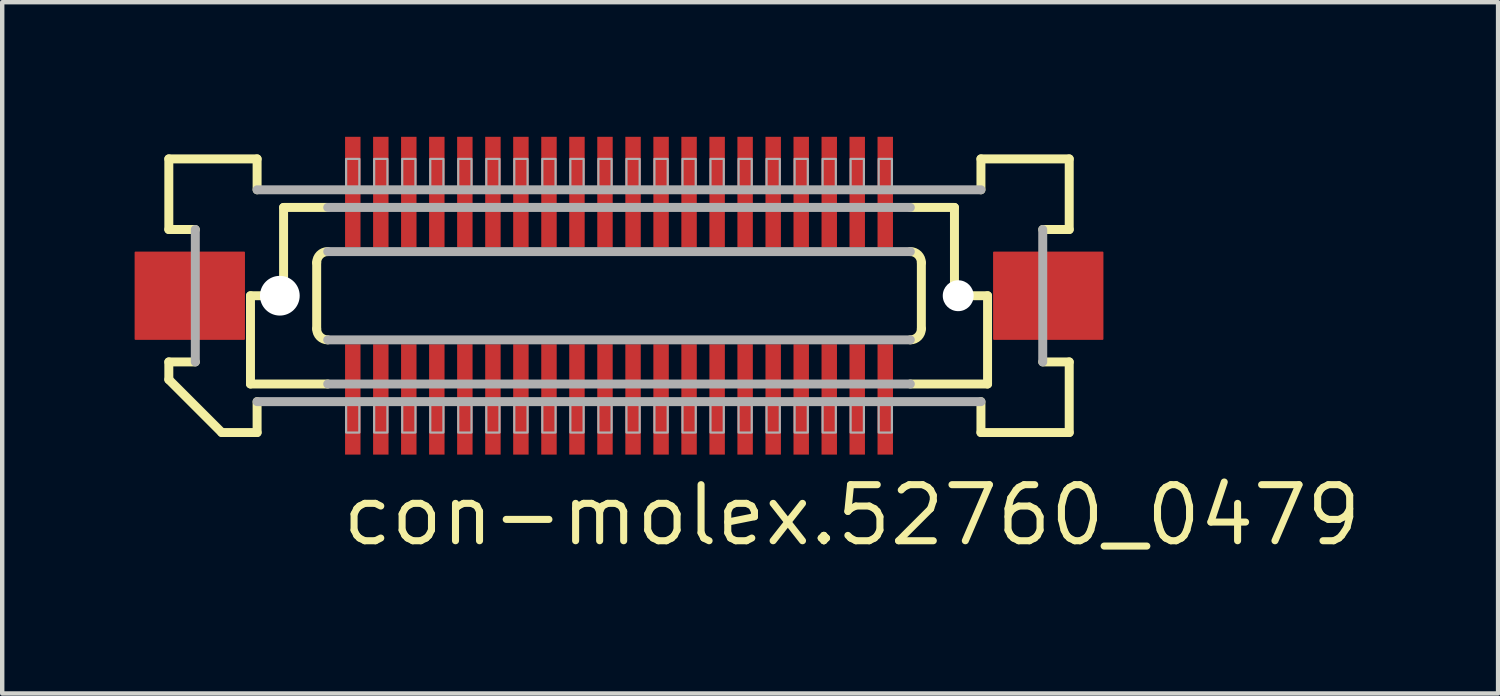
<source format=kicad_pcb>
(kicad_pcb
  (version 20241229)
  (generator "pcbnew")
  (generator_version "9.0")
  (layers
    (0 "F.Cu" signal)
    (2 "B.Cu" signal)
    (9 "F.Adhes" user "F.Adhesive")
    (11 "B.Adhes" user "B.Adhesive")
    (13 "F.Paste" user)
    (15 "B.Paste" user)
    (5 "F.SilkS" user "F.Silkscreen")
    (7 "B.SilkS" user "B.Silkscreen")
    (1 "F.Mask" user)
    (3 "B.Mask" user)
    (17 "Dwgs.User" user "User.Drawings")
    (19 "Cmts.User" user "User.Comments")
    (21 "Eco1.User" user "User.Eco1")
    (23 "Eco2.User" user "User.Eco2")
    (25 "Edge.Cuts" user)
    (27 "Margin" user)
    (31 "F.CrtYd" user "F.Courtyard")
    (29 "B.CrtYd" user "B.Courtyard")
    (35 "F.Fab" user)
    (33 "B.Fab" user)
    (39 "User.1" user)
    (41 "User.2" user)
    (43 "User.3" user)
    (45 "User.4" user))
  (footprint "con-molex.52760_0479"
    (layer "F.Cu")
    (at 10.975 3.65)
    (property "Reference" "con-molex.52760_0479" (at -6.35 5.715 0) (layer "F.SilkS") (effects (font (size 1.27 1.27) (thickness 0.16)) (justify left bottom)))
    (attr smd)
    (fp_rect (start -6.232 -1.075) (end -5.832 -3.625) (stroke (width 0.05) (type default)) (fill yes) (layer "F.Mask"))
    (fp_rect (start -6.232 3.625) (end -5.832 1.075) (stroke (width 0.05) (type default)) (fill yes) (layer "F.Mask"))
    (fp_rect (start -5.598 -1.075) (end -5.197 -3.625) (stroke (width 0.05) (type default)) (fill yes) (layer "F.Mask"))
    (fp_rect (start -5.598 3.625) (end -5.197 1.075) (stroke (width 0.05) (type default)) (fill yes) (layer "F.Mask"))
    (fp_rect (start -4.963 -1.075) (end -4.562 -3.625) (stroke (width 0.05) (type default)) (fill yes) (layer "F.Mask"))
    (fp_rect (start -4.963 3.625) (end -4.562 1.075) (stroke (width 0.05) (type default)) (fill yes) (layer "F.Mask"))
    (fp_rect (start -4.327 -1.075) (end -3.928 -3.625) (stroke (width 0.05) (type default)) (fill yes) (layer "F.Mask"))
    (fp_rect (start -4.327 3.625) (end -3.928 1.075) (stroke (width 0.05) (type default)) (fill yes) (layer "F.Mask"))
    (fp_rect (start -3.692 -1.075) (end -3.292 -3.625) (stroke (width 0.05) (type default)) (fill yes) (layer "F.Mask"))
    (fp_rect (start -3.692 3.625) (end -3.292 1.075) (stroke (width 0.05) (type default)) (fill yes) (layer "F.Mask"))
    (fp_rect (start -3.058 -1.075) (end -2.658 -3.625) (stroke (width 0.05) (type default)) (fill yes) (layer "F.Mask"))
    (fp_rect (start -3.058 3.625) (end -2.658 1.075) (stroke (width 0.05) (type default)) (fill yes) (layer "F.Mask"))
    (fp_rect (start -2.422 -1.075) (end -2.022 -3.625) (stroke (width 0.05) (type default)) (fill yes) (layer "F.Mask"))
    (fp_rect (start -2.422 3.625) (end -2.022 1.075) (stroke (width 0.05) (type default)) (fill yes) (layer "F.Mask"))
    (fp_rect (start -1.788 -1.075) (end -1.387 -3.625) (stroke (width 0.05) (type default)) (fill yes) (layer "F.Mask"))
    (fp_rect (start -1.788 3.625) (end -1.387 1.075) (stroke (width 0.05) (type default)) (fill yes) (layer "F.Mask"))
    (fp_rect (start -1.153 -1.075) (end -0.752 -3.625) (stroke (width 0.05) (type default)) (fill yes) (layer "F.Mask"))
    (fp_rect (start -1.153 3.625) (end -0.752 1.075) (stroke (width 0.05) (type default)) (fill yes) (layer "F.Mask"))
    (fp_rect (start -0.517 -1.075) (end -0.117 -3.625) (stroke (width 0.05) (type default)) (fill yes) (layer "F.Mask"))
    (fp_rect (start -0.517 3.625) (end -0.117 1.075) (stroke (width 0.05) (type default)) (fill yes) (layer "F.Mask"))
    (fp_rect (start 0.117 -1.075) (end 0.517 -3.625) (stroke (width 0.05) (type default)) (fill yes) (layer "F.Mask"))
    (fp_rect (start 0.117 3.625) (end 0.517 1.075) (stroke (width 0.05) (type default)) (fill yes) (layer "F.Mask"))
    (fp_rect (start 0.752 -1.075) (end 1.153 -3.625) (stroke (width 0.05) (type default)) (fill yes) (layer "F.Mask"))
    (fp_rect (start 0.752 3.625) (end 1.153 1.075) (stroke (width 0.05) (type default)) (fill yes) (layer "F.Mask"))
    (fp_rect (start 1.387 -1.075) (end 1.788 -3.625) (stroke (width 0.05) (type default)) (fill yes) (layer "F.Mask"))
    (fp_rect (start 1.387 3.625) (end 1.788 1.075) (stroke (width 0.05) (type default)) (fill yes) (layer "F.Mask"))
    (fp_rect (start 2.022 -1.075) (end 2.422 -3.625) (stroke (width 0.05) (type default)) (fill yes) (layer "F.Mask"))
    (fp_rect (start 2.022 3.625) (end 2.422 1.075) (stroke (width 0.05) (type default)) (fill yes) (layer "F.Mask"))
    (fp_rect (start 2.658 -1.075) (end 3.058 -3.625) (stroke (width 0.05) (type default)) (fill yes) (layer "F.Mask"))
    (fp_rect (start 2.658 3.625) (end 3.058 1.075) (stroke (width 0.05) (type default)) (fill yes) (layer "F.Mask"))
    (fp_rect (start 3.292 -1.075) (end 3.692 -3.625) (stroke (width 0.05) (type default)) (fill yes) (layer "F.Mask"))
    (fp_rect (start 3.292 3.625) (end 3.692 1.075) (stroke (width 0.05) (type default)) (fill yes) (layer "F.Mask"))
    (fp_rect (start 3.928 -1.075) (end 4.327 -3.625) (stroke (width 0.05) (type default)) (fill yes) (layer "F.Mask"))
    (fp_rect (start 3.928 3.625) (end 4.327 1.075) (stroke (width 0.05) (type default)) (fill yes) (layer "F.Mask"))
    (fp_rect (start 4.562 -1.075) (end 4.963 -3.625) (stroke (width 0.05) (type default)) (fill yes) (layer "F.Mask"))
    (fp_rect (start 4.562 3.625) (end 4.963 1.075) (stroke (width 0.05) (type default)) (fill yes) (layer "F.Mask"))
    (fp_rect (start 5.197 -1.075) (end 5.598 -3.625) (stroke (width 0.05) (type default)) (fill yes) (layer "F.Mask"))
    (fp_rect (start 5.197 3.625) (end 5.598 1.075) (stroke (width 0.05) (type default)) (fill yes) (layer "F.Mask"))
    (fp_rect (start 5.832 -1.075) (end 6.232 -3.625) (stroke (width 0.05) (type default)) (fill yes) (layer "F.Mask"))
    (fp_rect (start 5.832 3.625) (end 6.232 1.075) (stroke (width 0.05) (type default)) (fill yes) (layer "F.Mask"))
    (fp_line (start -10.2 -3.1) (end -8.2 -3.1) (stroke (width 0.203) (type default)) (layer "F.SilkS"))
    (fp_line (start -10.2 -1.5) (end -10.2 -3.1) (stroke (width 0.203) (type default)) (layer "F.SilkS"))
    (fp_line (start -10.2 1.5) (end -9.6 1.5) (stroke (width 0.203) (type default)) (layer "F.SilkS"))
    (fp_line (start -10.2 1.9) (end -10.2 1.5) (stroke (width 0.203) (type default)) (layer "F.SilkS"))
    (fp_line (start -9.6 -1.5) (end -10.2 -1.5) (stroke (width 0.203) (type default)) (layer "F.SilkS"))
    (fp_line (start -9 3.1) (end -10.2 1.9) (stroke (width 0.203) (type default)) (layer "F.SilkS"))
    (fp_line (start -8.35 0) (end -8.35 2) (stroke (width 0.203) (type default)) (layer "F.SilkS"))
    (fp_line (start -8.35 2) (end -6.6 2) (stroke (width 0.203) (type default)) (layer "F.SilkS"))
    (fp_line (start -8.2 -3.1) (end -8.2 -2.4) (stroke (width 0.203) (type default)) (layer "F.SilkS"))
    (fp_line (start -8.2 2.4) (end -8.2 3.1) (stroke (width 0.203) (type default)) (layer "F.SilkS"))
    (fp_line (start -8.2 3.1) (end -9 3.1) (stroke (width 0.203) (type default)) (layer "F.SilkS"))
    (fp_line (start -7.6 -2) (end -7.6 0) (stroke (width 0.203) (type default)) (layer "F.SilkS"))
    (fp_line (start -7.6 0) (end -8.35 0) (stroke (width 0.203) (type default)) (layer "F.SilkS"))
    (fp_line (start -6.85 0.75) (end -6.85 -0.75) (stroke (width 0.203) (type default)) (layer "F.SilkS"))
    (fp_line (start -6.6 -2) (end -7.6 -2) (stroke (width 0.203) (type default)) (layer "F.SilkS"))
    (fp_line (start 6.6 2) (end 8.35 2) (stroke (width 0.203) (type default)) (layer "F.SilkS"))
    (fp_line (start 6.85 -0.75) (end 6.85 0.75) (stroke (width 0.203) (type default)) (layer "F.SilkS"))
    (fp_line (start 7.6 -2) (end 6.6 -2) (stroke (width 0.203) (type default)) (layer "F.SilkS"))
    (fp_line (start 7.6 -2) (end 7.6 0) (stroke (width 0.203) (type default)) (layer "F.SilkS"))
    (fp_line (start 8.2 -3.1) (end 10.2 -3.1) (stroke (width 0.203) (type default)) (layer "F.SilkS"))
    (fp_line (start 8.2 -2.4) (end 8.2 -3.1) (stroke (width 0.203) (type default)) (layer "F.SilkS"))
    (fp_line (start 8.2 3.1) (end 8.2 2.4) (stroke (width 0.203) (type default)) (layer "F.SilkS"))
    (fp_line (start 8.35 0) (end 7.6 0) (stroke (width 0.203) (type default)) (layer "F.SilkS"))
    (fp_line (start 8.35 0) (end 8.35 2) (stroke (width 0.203) (type default)) (layer "F.SilkS"))
    (fp_line (start 9.6 1.5) (end 10.2 1.5) (stroke (width 0.203) (type default)) (layer "F.SilkS"))
    (fp_line (start 10.2 -3.1) (end 10.2 -1.5) (stroke (width 0.203) (type default)) (layer "F.SilkS"))
    (fp_line (start 10.2 -1.5) (end 9.6 -1.5) (stroke (width 0.203) (type default)) (layer "F.SilkS"))
    (fp_line (start 10.2 1.5) (end 10.2 3.1) (stroke (width 0.203) (type default)) (layer "F.SilkS"))
    (fp_line (start 10.2 3.1) (end 8.2 3.1) (stroke (width 0.203) (type default)) (layer "F.SilkS"))
    (fp_arc (start -6.85 -0.75) (mid -6.776777 -0.926777) (end -6.6 -1) (stroke (width 0.2032) (type default)) (layer "F.SilkS"))
    (fp_arc (start -6.6 1) (mid -6.776777 0.926777) (end -6.85 0.75) (stroke (width 0.2032) (type default)) (layer "F.SilkS"))
    (fp_arc (start 6.6 -1) (mid 6.776777 -0.926777) (end 6.85 -0.75) (stroke (width 0.2032) (type default)) (layer "F.SilkS"))
    (fp_arc (start 6.85 0.75) (mid 6.776777 0.926777) (end 6.6 1) (stroke (width 0.2032) (type default)) (layer "F.SilkS"))
    (fp_line (start -9.6 1.5) (end -9.6 -1.5) (stroke (width 0.203) (type default)) (layer "F.Fab"))
    (fp_line (start -8.2 -2.4) (end 8.2 -2.4) (stroke (width 0.203) (type default)) (layer "F.Fab"))
    (fp_line (start -6.6 -1) (end 6.6 -1) (stroke (width 0.203) (type default)) (layer "F.Fab"))
    (fp_line (start -6.6 2) (end 6.6 2) (stroke (width 0.203) (type default)) (layer "F.Fab"))
    (fp_line (start 6.6 -2) (end -6.6 -2) (stroke (width 0.203) (type default)) (layer "F.Fab"))
    (fp_line (start 6.6 1) (end -6.6 1) (stroke (width 0.203) (type default)) (layer "F.Fab"))
    (fp_line (start 8.2 2.4) (end -8.2 2.4) (stroke (width 0.203) (type default)) (layer "F.Fab"))
    (fp_line (start 9.6 -1.5) (end 9.6 1.5) (stroke (width 0.203) (type default)) (layer "F.Fab"))
    (fp_rect (start -6.183 -2.375) (end -5.883 -3.1) (stroke (width 0.05) (type default)) (fill no) (layer "F.Fab"))
    (fp_rect (start -6.183 3.1) (end -5.883 2.375) (stroke (width 0.05) (type default)) (fill no) (layer "F.Fab"))
    (fp_rect (start -5.548 -2.375) (end -5.247 -3.1) (stroke (width 0.05) (type default)) (fill no) (layer "F.Fab"))
    (fp_rect (start -5.548 3.1) (end -5.247 2.375) (stroke (width 0.05) (type default)) (fill no) (layer "F.Fab"))
    (fp_rect (start -4.912 -2.375) (end -4.612 -3.1) (stroke (width 0.05) (type default)) (fill no) (layer "F.Fab"))
    (fp_rect (start -4.912 3.1) (end -4.612 2.375) (stroke (width 0.05) (type default)) (fill no) (layer "F.Fab"))
    (fp_rect (start -4.277 -2.375) (end -3.978 -3.1) (stroke (width 0.05) (type default)) (fill no) (layer "F.Fab"))
    (fp_rect (start -4.277 3.1) (end -3.978 2.375) (stroke (width 0.05) (type default)) (fill no) (layer "F.Fab"))
    (fp_rect (start -3.643 -2.375) (end -3.342 -3.1) (stroke (width 0.05) (type default)) (fill no) (layer "F.Fab"))
    (fp_rect (start -3.643 3.1) (end -3.342 2.375) (stroke (width 0.05) (type default)) (fill no) (layer "F.Fab"))
    (fp_rect (start -3.007 -2.375) (end -2.708 -3.1) (stroke (width 0.05) (type default)) (fill no) (layer "F.Fab"))
    (fp_rect (start -3.007 3.1) (end -2.708 2.375) (stroke (width 0.05) (type default)) (fill no) (layer "F.Fab"))
    (fp_rect (start -2.373 -2.375) (end -2.072 -3.1) (stroke (width 0.05) (type default)) (fill no) (layer "F.Fab"))
    (fp_rect (start -2.373 3.1) (end -2.072 2.375) (stroke (width 0.05) (type default)) (fill no) (layer "F.Fab"))
    (fp_rect (start -1.738 -2.375) (end -1.438 -3.1) (stroke (width 0.05) (type default)) (fill no) (layer "F.Fab"))
    (fp_rect (start -1.738 3.1) (end -1.438 2.375) (stroke (width 0.05) (type default)) (fill no) (layer "F.Fab"))
    (fp_rect (start -1.103 -2.375) (end -0.802 -3.1) (stroke (width 0.05) (type default)) (fill no) (layer "F.Fab"))
    (fp_rect (start -1.103 3.1) (end -0.802 2.375) (stroke (width 0.05) (type default)) (fill no) (layer "F.Fab"))
    (fp_rect (start -0.468 -2.375) (end -0.168 -3.1) (stroke (width 0.05) (type default)) (fill no) (layer "F.Fab"))
    (fp_rect (start -0.468 3.1) (end -0.168 2.375) (stroke (width 0.05) (type default)) (fill no) (layer "F.Fab"))
    (fp_rect (start 0.168 -2.375) (end 0.468 -3.1) (stroke (width 0.05) (type default)) (fill no) (layer "F.Fab"))
    (fp_rect (start 0.168 3.1) (end 0.468 2.375) (stroke (width 0.05) (type default)) (fill no) (layer "F.Fab"))
    (fp_rect (start 0.802 -2.375) (end 1.103 -3.1) (stroke (width 0.05) (type default)) (fill no) (layer "F.Fab"))
    (fp_rect (start 0.802 3.1) (end 1.103 2.375) (stroke (width 0.05) (type default)) (fill no) (layer "F.Fab"))
    (fp_rect (start 1.438 -2.375) (end 1.738 -3.1) (stroke (width 0.05) (type default)) (fill no) (layer "F.Fab"))
    (fp_rect (start 1.438 3.1) (end 1.738 2.375) (stroke (width 0.05) (type default)) (fill no) (layer "F.Fab"))
    (fp_rect (start 2.072 -2.375) (end 2.373 -3.1) (stroke (width 0.05) (type default)) (fill no) (layer "F.Fab"))
    (fp_rect (start 2.072 3.1) (end 2.373 2.375) (stroke (width 0.05) (type default)) (fill no) (layer "F.Fab"))
    (fp_rect (start 2.708 -2.375) (end 3.007 -3.1) (stroke (width 0.05) (type default)) (fill no) (layer "F.Fab"))
    (fp_rect (start 2.708 3.1) (end 3.007 2.375) (stroke (width 0.05) (type default)) (fill no) (layer "F.Fab"))
    (fp_rect (start 3.342 -2.375) (end 3.643 -3.1) (stroke (width 0.05) (type default)) (fill no) (layer "F.Fab"))
    (fp_rect (start 3.342 3.1) (end 3.643 2.375) (stroke (width 0.05) (type default)) (fill no) (layer "F.Fab"))
    (fp_rect (start 3.978 -2.375) (end 4.277 -3.1) (stroke (width 0.05) (type default)) (fill no) (layer "F.Fab"))
    (fp_rect (start 3.978 3.1) (end 4.277 2.375) (stroke (width 0.05) (type default)) (fill no) (layer "F.Fab"))
    (fp_rect (start 4.612 -2.375) (end 4.912 -3.1) (stroke (width 0.05) (type default)) (fill no) (layer "F.Fab"))
    (fp_rect (start 4.612 3.1) (end 4.912 2.375) (stroke (width 0.05) (type default)) (fill no) (layer "F.Fab"))
    (fp_rect (start 5.247 -2.375) (end 5.548 -3.1) (stroke (width 0.05) (type default)) (fill no) (layer "F.Fab"))
    (fp_rect (start 5.247 3.1) (end 5.548 2.375) (stroke (width 0.05) (type default)) (fill no) (layer "F.Fab"))
    (fp_rect (start 5.883 -2.375) (end 6.183 -3.1) (stroke (width 0.05) (type default)) (fill no) (layer "F.Fab"))
    (fp_rect (start 5.883 3.1) (end 6.183 2.375) (stroke (width 0.05) (type default)) (fill no) (layer "F.Fab"))
    (pad "" np_thru_hole circle (at -7.685 0) (size 0.9 0.9) (drill 0.9) (layers "*.Cu" "*.Mask"))
    (pad "" np_thru_hole circle (at 7.685 0) (size 0.7 0.7) (drill 0.7) (layers "*.Cu" "*.Mask"))
    (pad "1" smd roundrect (at -6.032 2.35) (size 0.35 2.5) (layers "F.Cu" "F.Mask" "F.Paste") (roundrect_rratio 0.01))
    (pad "2" smd roundrect (at -6.032 -2.35 180) (size 0.35 2.5) (layers "F.Cu" "F.Mask" "F.Paste") (roundrect_rratio 0.01))
    (pad "3" smd roundrect (at -5.397 2.35) (size 0.35 2.5) (layers "F.Cu" "F.Mask" "F.Paste") (roundrect_rratio 0.01))
    (pad "4" smd roundrect (at -5.397 -2.35 180) (size 0.35 2.5) (layers "F.Cu" "F.Mask" "F.Paste") (roundrect_rratio 0.01))
    (pad "5" smd roundrect (at -4.763 2.35) (size 0.35 2.5) (layers "F.Cu" "F.Mask" "F.Paste") (roundrect_rratio 0.01))
    (pad "6" smd roundrect (at -4.763 -2.35 180) (size 0.35 2.5) (layers "F.Cu" "F.Mask" "F.Paste") (roundrect_rratio 0.01))
    (pad "7" smd roundrect (at -4.128 2.35) (size 0.35 2.5) (layers "F.Cu" "F.Mask" "F.Paste") (roundrect_rratio 0.01))
    (pad "8" smd roundrect (at -4.128 -2.35 180) (size 0.35 2.5) (layers "F.Cu" "F.Mask" "F.Paste") (roundrect_rratio 0.01))
    (pad "9" smd roundrect (at -3.493 2.35) (size 0.35 2.5) (layers "F.Cu" "F.Mask" "F.Paste") (roundrect_rratio 0.01))
    (pad "10" smd roundrect (at -3.493 -2.35 180) (size 0.35 2.5) (layers "F.Cu" "F.Mask" "F.Paste") (roundrect_rratio 0.01))
    (pad "11" smd roundrect (at -2.857 2.35) (size 0.35 2.5) (layers "F.Cu" "F.Mask" "F.Paste") (roundrect_rratio 0.01))
    (pad "12" smd roundrect (at -2.857 -2.35 180) (size 0.35 2.5) (layers "F.Cu" "F.Mask" "F.Paste") (roundrect_rratio 0.01))
    (pad "13" smd roundrect (at -2.223 2.35) (size 0.35 2.5) (layers "F.Cu" "F.Mask" "F.Paste") (roundrect_rratio 0.01))
    (pad "14" smd roundrect (at -2.223 -2.35 180) (size 0.35 2.5) (layers "F.Cu" "F.Mask" "F.Paste") (roundrect_rratio 0.01))
    (pad "15" smd roundrect (at -1.587 2.35) (size 0.35 2.5) (layers "F.Cu" "F.Mask" "F.Paste") (roundrect_rratio 0.01))
    (pad "16" smd roundrect (at -1.587 -2.35 180) (size 0.35 2.5) (layers "F.Cu" "F.Mask" "F.Paste") (roundrect_rratio 0.01))
    (pad "17" smd roundrect (at -0.953 2.35) (size 0.35 2.5) (layers "F.Cu" "F.Mask" "F.Paste") (roundrect_rratio 0.01))
    (pad "18" smd roundrect (at -0.953 -2.35 180) (size 0.35 2.5) (layers "F.Cu" "F.Mask" "F.Paste") (roundrect_rratio 0.01))
    (pad "19" smd roundrect (at -0.318 2.35) (size 0.35 2.5) (layers "F.Cu" "F.Mask" "F.Paste") (roundrect_rratio 0.01))
    (pad "20" smd roundrect (at -0.318 -2.35 180) (size 0.35 2.5) (layers "F.Cu" "F.Mask" "F.Paste") (roundrect_rratio 0.01))
    (pad "21" smd roundrect (at 0.318 2.35) (size 0.35 2.5) (layers "F.Cu" "F.Mask" "F.Paste") (roundrect_rratio 0.01))
    (pad "22" smd roundrect (at 0.318 -2.35 180) (size 0.35 2.5) (layers "F.Cu" "F.Mask" "F.Paste") (roundrect_rratio 0.01))
    (pad "23" smd roundrect (at 0.953 2.35) (size 0.35 2.5) (layers "F.Cu" "F.Mask" "F.Paste") (roundrect_rratio 0.01))
    (pad "24" smd roundrect (at 0.953 -2.35 180) (size 0.35 2.5) (layers "F.Cu" "F.Mask" "F.Paste") (roundrect_rratio 0.01))
    (pad "25" smd roundrect (at 1.587 2.35) (size 0.35 2.5) (layers "F.Cu" "F.Mask" "F.Paste") (roundrect_rratio 0.01))
    (pad "26" smd roundrect (at 1.587 -2.35 180) (size 0.35 2.5) (layers "F.Cu" "F.Mask" "F.Paste") (roundrect_rratio 0.01))
    (pad "27" smd roundrect (at 2.223 2.35) (size 0.35 2.5) (layers "F.Cu" "F.Mask" "F.Paste") (roundrect_rratio 0.01))
    (pad "28" smd roundrect (at 2.223 -2.35 180) (size 0.35 2.5) (layers "F.Cu" "F.Mask" "F.Paste") (roundrect_rratio 0.01))
    (pad "29" smd roundrect (at 2.857 2.35) (size 0.35 2.5) (layers "F.Cu" "F.Mask" "F.Paste") (roundrect_rratio 0.01))
    (pad "30" smd roundrect (at 2.857 -2.35 180) (size 0.35 2.5) (layers "F.Cu" "F.Mask" "F.Paste") (roundrect_rratio 0.01))
    (pad "31" smd roundrect (at 3.493 2.35) (size 0.35 2.5) (layers "F.Cu" "F.Mask" "F.Paste") (roundrect_rratio 0.01))
    (pad "32" smd roundrect (at 3.493 -2.35 180) (size 0.35 2.5) (layers "F.Cu" "F.Mask" "F.Paste") (roundrect_rratio 0.01))
    (pad "33" smd roundrect (at 4.128 2.35) (size 0.35 2.5) (layers "F.Cu" "F.Mask" "F.Paste") (roundrect_rratio 0.01))
    (pad "34" smd roundrect (at 4.128 -2.35 180) (size 0.35 2.5) (layers "F.Cu" "F.Mask" "F.Paste") (roundrect_rratio 0.01))
    (pad "35" smd roundrect (at 4.763 2.35) (size 0.35 2.5) (layers "F.Cu" "F.Mask" "F.Paste") (roundrect_rratio 0.01))
    (pad "36" smd roundrect (at 4.763 -2.35 180) (size 0.35 2.5) (layers "F.Cu" "F.Mask" "F.Paste") (roundrect_rratio 0.01))
    (pad "37" smd roundrect (at 5.397 2.35) (size 0.35 2.5) (layers "F.Cu" "F.Mask" "F.Paste") (roundrect_rratio 0.01))
    (pad "38" smd roundrect (at 5.397 -2.35 180) (size 0.35 2.5) (layers "F.Cu" "F.Mask" "F.Paste") (roundrect_rratio 0.01))
    (pad "39" smd roundrect (at 6.032 2.35) (size 0.35 2.5) (layers "F.Cu" "F.Mask" "F.Paste") (roundrect_rratio 0.01))
    (pad "40" smd roundrect (at 6.032 -2.35 180) (size 0.35 2.5) (layers "F.Cu" "F.Mask" "F.Paste") (roundrect_rratio 0.01))
    (pad "M1" smd roundrect (at -9.725 0) (size 2.5 2) (layers "F.Cu" "F.Mask" "F.Paste") (roundrect_rratio 0.01))
    (pad "M2" smd roundrect (at 9.725 0 180) (size 2.5 2) (layers "F.Cu" "F.Mask" "F.Paste") (roundrect_rratio 0.01)))
  (gr_rect
    (start -3 -3)
    (end 30.892 12.662)
    (stroke (width 0.1) (type default))
    (fill no)
    (layer "Edge.Cuts")))
</source>
